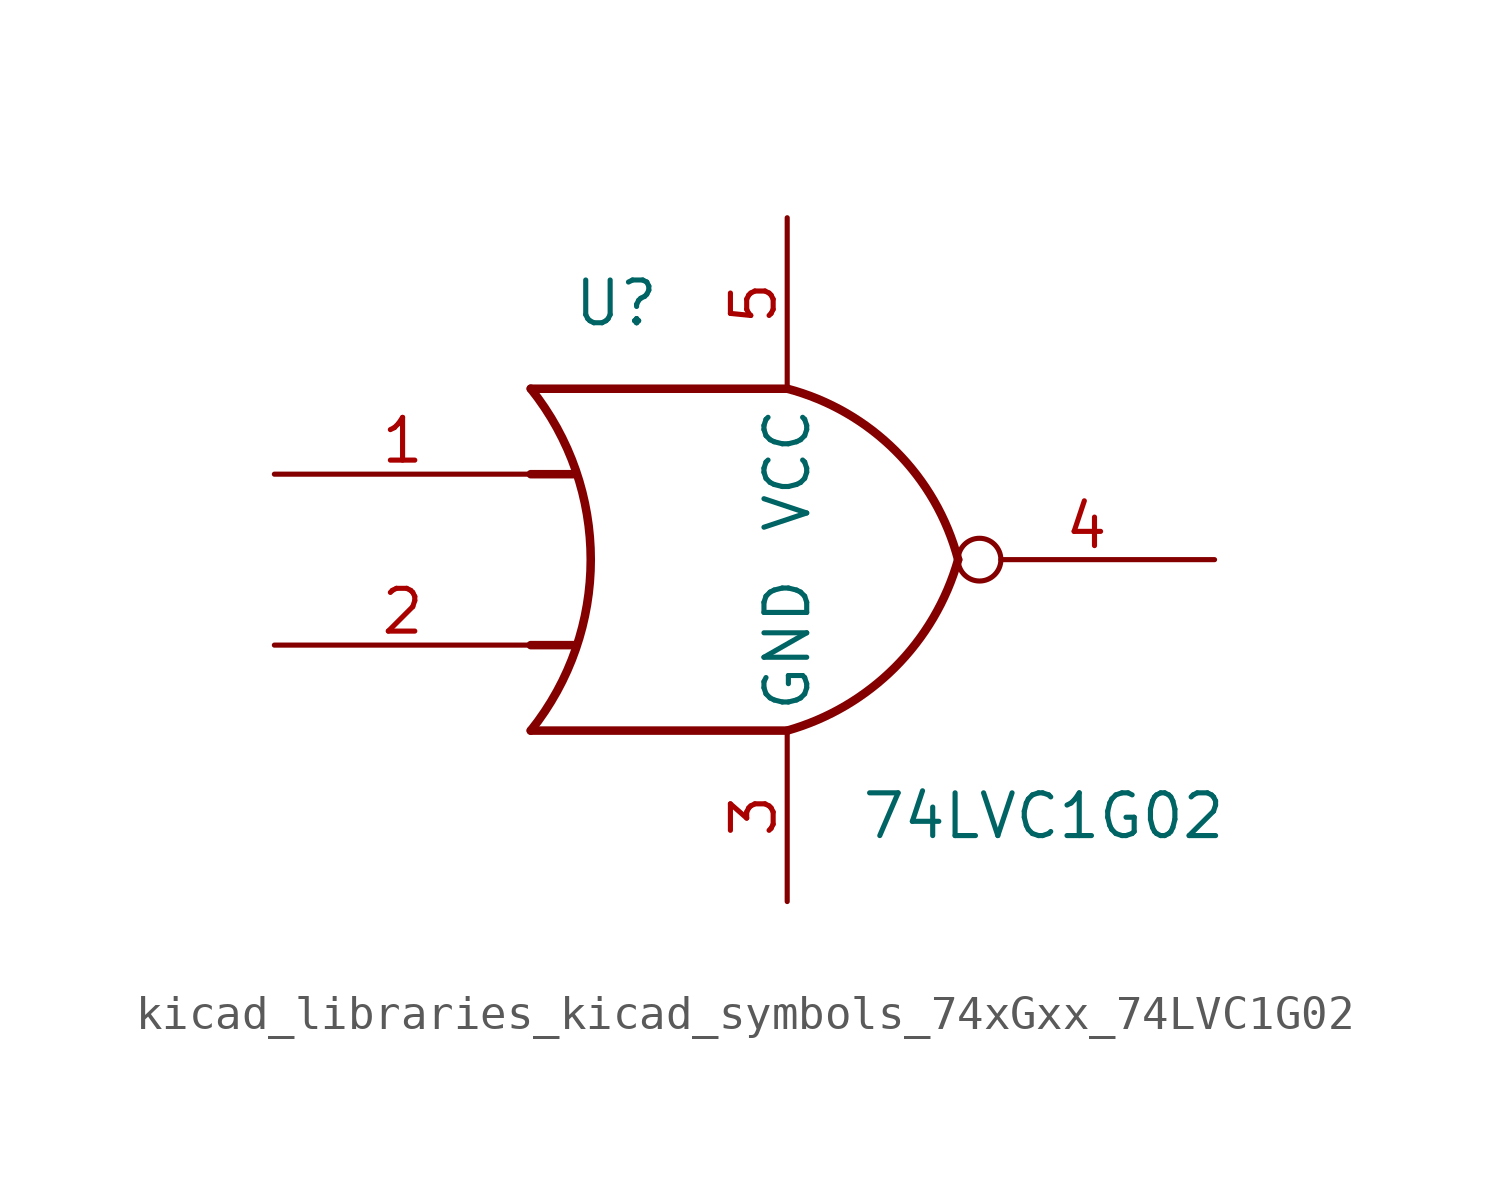
<source format=kicad_sym>
(kicad_symbol_lib
  (version 20220914)
  (generator kicad_symbol_editor)
  (symbol "kicad_libraries_kicad_symbols_74xGxx_74LVC1G02"
    (property "Reference" "U"
      (at -5.08 7.62 0)
      (effects (font (size 1.27 1.27))))
    (property "Value" "74LVC1G02"
      (at 7.62 -7.62 0)
      (effects (font (size 1.27 1.27))))
    (symbol "kicad_libraries_kicad_symbols_74xGxx_74LVC1G02_0_1"
      (arc (start -7.62 -5.08) (mid -5.838 0) (end -7.62 5.08) (stroke (width 0.254) (type default)) (fill (type none)))
      (arc (start 0 -5.08) (mid 3.1986 -3.2054) (end 5.08 0) (stroke (width 0.254) (type default)) (fill (type none)))
      (polyline (pts (xy -7.62 -2.54) (xy -6.35 -2.54)) (stroke (width 0.254) (type default)) (fill (type background)))
      (polyline (pts (xy -7.62 2.54) (xy -6.35 2.54)) (stroke (width 0.254) (type default)) (fill (type background)))
      (polyline (pts (xy 0 -5.08) (xy -7.62 -5.08)) (stroke (width 0.254) (type default)) (fill (type background)))
      (polyline (pts (xy 0 5.08) (xy -7.62 5.08)) (stroke (width 0.254) (type default)) (fill (type background)))
      (arc (start 5.08 0) (mid 3.2238 3.2304) (end 0 5.08) (stroke (width 0.254) (type default)) (fill (type none))))
    (symbol "kicad_libraries_kicad_symbols_74xGxx_74LVC1G02_1_1"
      (pin input line (at -15.24 2.54 0) (length 7.62) (name "~" (effects (font (size 1.27 1.27)))) (number "1" (effects (font (size 1.27 1.27)))))
      (pin input line (at -15.24 -2.54 0) (length 7.62) (name "~" (effects (font (size 1.27 1.27)))) (number "2" (effects (font (size 1.27 1.27)))))
      (pin power_in line (at 0 -10.16 90) (length 5.08) (name "GND" (effects (font (size 1.27 1.27)))) (number "3" (effects (font (size 1.27 1.27)))))
      (pin output inverted (at 12.7 0 180) (length 7.62) (name "~" (effects (font (size 1.27 1.27)))) (number "4" (effects (font (size 1.27 1.27)))))
      (pin power_in line (at 0 10.16 270) (length 5.08) (name "VCC" (effects (font (size 1.27 1.27)))) (number "5" (effects (font (size 1.27 1.27))))))))
</source>
